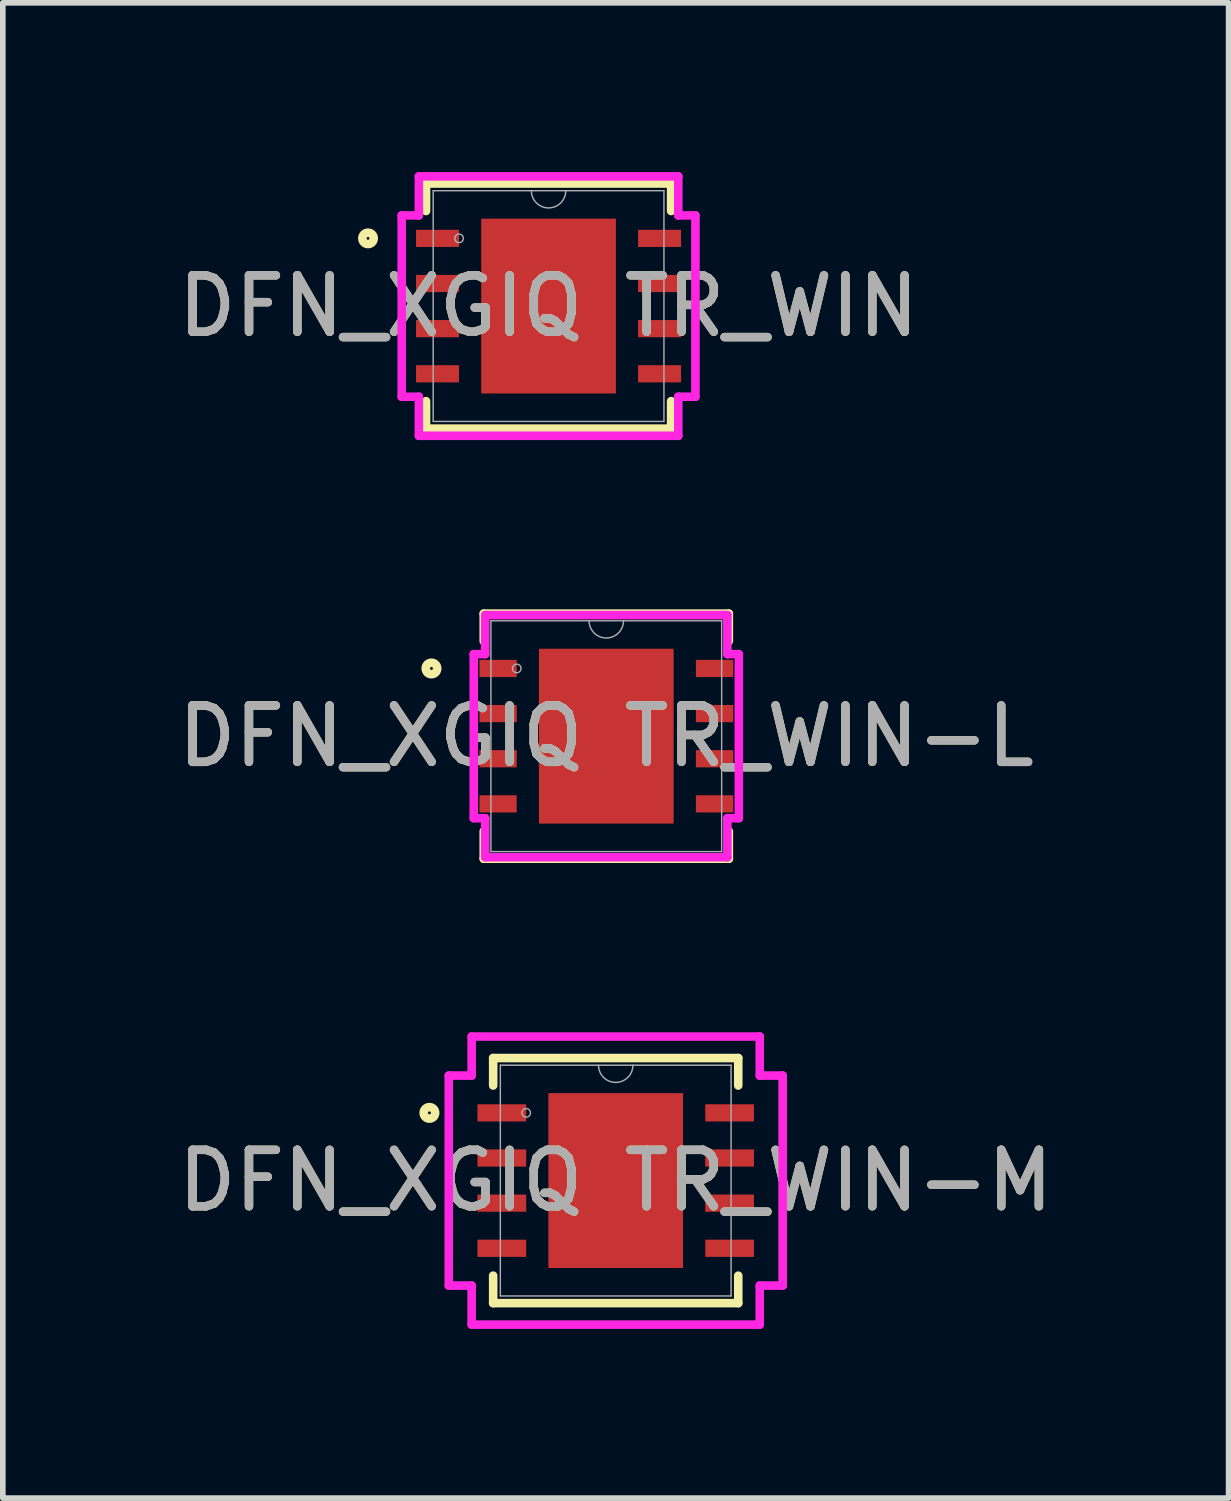
<source format=kicad_pcb>
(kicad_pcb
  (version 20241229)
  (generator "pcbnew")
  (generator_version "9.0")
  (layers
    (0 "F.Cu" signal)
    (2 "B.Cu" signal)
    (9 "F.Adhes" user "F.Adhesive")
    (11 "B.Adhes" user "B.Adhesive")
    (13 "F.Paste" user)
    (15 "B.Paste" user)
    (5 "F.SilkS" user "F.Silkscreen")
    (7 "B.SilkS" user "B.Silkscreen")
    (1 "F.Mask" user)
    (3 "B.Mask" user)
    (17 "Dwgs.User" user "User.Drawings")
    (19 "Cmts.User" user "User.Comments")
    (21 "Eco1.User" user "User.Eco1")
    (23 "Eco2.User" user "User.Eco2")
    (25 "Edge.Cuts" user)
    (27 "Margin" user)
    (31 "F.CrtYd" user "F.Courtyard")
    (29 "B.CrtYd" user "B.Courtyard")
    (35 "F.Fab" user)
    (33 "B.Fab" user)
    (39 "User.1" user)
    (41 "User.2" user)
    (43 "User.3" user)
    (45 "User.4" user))
  (footprint "DFN_XGIQ TR_WIN"
    (layer "F.Cu")
    (at 6.673 2.375)
    (property "Reference" "DFN_XGIQ TR_WIN" (at 0 0 0) (unlocked yes) (layer "F.SilkS") (effects (font (size 1 1) (thickness 0.15))))
    (attr smd)
    (fp_line (start -2.172 -2.172) (end -2.172 -1.685) (stroke (width 0.152) (type solid)) (layer "F.SilkS"))
    (fp_line (start -2.172 1.685) (end -2.172 2.172) (stroke (width 0.152) (type solid)) (layer "F.SilkS"))
    (fp_line (start -2.172 2.172) (end 2.172 2.172) (stroke (width 0.152) (type solid)) (layer "F.SilkS"))
    (fp_line (start 2.172 -2.172) (end -2.172 -2.172) (stroke (width 0.152) (type solid)) (layer "F.SilkS"))
    (fp_line (start 2.172 -1.685) (end 2.172 -2.172) (stroke (width 0.152) (type solid)) (layer "F.SilkS"))
    (fp_line (start 2.172 2.172) (end 2.172 1.685) (stroke (width 0.152) (type solid)) (layer "F.SilkS"))
    (fp_circle (center -3.2 -1.2) (end -3.099 -1.2) (stroke (width 0.152) (type solid)) (fill no) (layer "F.SilkS"))
    (fp_poly (pts (xy -1.094 -1.449) (xy -1.094 -0.1) (xy 1.094 -0.1) (xy 1.094 -1.449)) (stroke (width 0) (type solid)) (fill yes) (layer "F.Paste"))
    (fp_poly (pts (xy -1.094 0.1) (xy -1.094 1.449) (xy 1.094 1.449) (xy 1.094 0.1)) (stroke (width 0) (type solid)) (fill yes) (layer "F.Paste"))
    (fp_line (start -2.603 -1.607) (end -2.299 -1.607) (stroke (width 0.152) (type solid)) (layer "F.CrtYd"))
    (fp_line (start -2.603 1.607) (end -2.603 -1.607) (stroke (width 0.152) (type solid)) (layer "F.CrtYd"))
    (fp_line (start -2.603 1.607) (end -2.299 1.607) (stroke (width 0.152) (type solid)) (layer "F.CrtYd"))
    (fp_line (start -2.299 -2.299) (end 2.299 -2.299) (stroke (width 0.152) (type solid)) (layer "F.CrtYd"))
    (fp_line (start -2.299 -1.607) (end -2.299 -2.299) (stroke (width 0.152) (type solid)) (layer "F.CrtYd"))
    (fp_line (start -2.299 2.299) (end -2.299 1.607) (stroke (width 0.152) (type solid)) (layer "F.CrtYd"))
    (fp_line (start 2.299 -2.299) (end 2.299 -1.607) (stroke (width 0.152) (type solid)) (layer "F.CrtYd"))
    (fp_line (start 2.299 1.607) (end 2.299 2.299) (stroke (width 0.152) (type solid)) (layer "F.CrtYd"))
    (fp_line (start 2.299 2.299) (end -2.299 2.299) (stroke (width 0.152) (type solid)) (layer "F.CrtYd"))
    (fp_line (start 2.603 -1.607) (end 2.299 -1.607) (stroke (width 0.152) (type solid)) (layer "F.CrtYd"))
    (fp_line (start 2.603 -1.607) (end 2.603 1.607) (stroke (width 0.152) (type solid)) (layer "F.CrtYd"))
    (fp_line (start 2.603 1.607) (end 2.299 1.607) (stroke (width 0.152) (type solid)) (layer "F.CrtYd"))
    (fp_line (start -2.045 -2.045) (end -2.045 2.045) (stroke (width 0.025) (type solid)) (layer "F.Fab"))
    (fp_line (start -2.045 2.045) (end 2.045 2.045) (stroke (width 0.025) (type solid)) (layer "F.Fab"))
    (fp_line (start 2.045 -2.045) (end -2.045 -2.045) (stroke (width 0.025) (type solid)) (layer "F.Fab"))
    (fp_line (start 2.045 2.045) (end 2.045 -2.045) (stroke (width 0.025) (type solid)) (layer "F.Fab"))
    (fp_arc (start 0.3048 -2.0447) (mid 0 -1.7399) (end -0.3048 -2.0447) (stroke (width 0.0254) (type solid)) (layer "F.Fab"))
    (fp_circle (center -1.587 -1.2) (end -1.511 -1.2) (stroke (width 0.025) (type solid)) (fill no) (layer "F.Fab"))
    (fp_text user "${REFERENCE}" (at 0 0 0) (unlocked yes) (layer "F.Fab") (effects (font (size 1 1) (thickness 0.15))))
    (pad "1" smd rect (at -1.968 -1.2) (size 0.762 0.305) (layers "F.Cu" "F.Mask" "F.Paste"))
    (pad "2" smd rect (at -1.968 -0.4) (size 0.762 0.305) (layers "F.Cu" "F.Mask" "F.Paste"))
    (pad "3" smd rect (at -1.968 0.4) (size 0.762 0.305) (layers "F.Cu" "F.Mask" "F.Paste"))
    (pad "4" smd rect (at -1.968 1.2) (size 0.762 0.305) (layers "F.Cu" "F.Mask" "F.Paste"))
    (pad "4" smd rect (at 0 0) (size 2.388 3.099) (layers "F.Cu" "F.Mask" "F.Paste"))
    (pad "5" smd rect (at 1.968 1.2) (size 0.762 0.305) (layers "F.Cu" "F.Mask" "F.Paste"))
    (pad "6" smd rect (at 1.968 0.4) (size 0.762 0.305) (layers "F.Cu" "F.Mask" "F.Paste"))
    (pad "7" smd rect (at 1.968 -0.4) (size 0.762 0.305) (layers "F.Cu" "F.Mask" "F.Paste"))
    (pad "8" smd rect (at 1.968 -1.2) (size 0.762 0.305) (layers "F.Cu" "F.Mask" "F.Paste")))
  (footprint "DFN_XGIQ TR_WIN-M"
    (layer "F.Cu")
    (at 7.863 17.875)
    (property "Reference" "DFN_XGIQ TR_WIN-M" (at 0 0 0) (unlocked yes) (layer "F.SilkS") (effects (font (size 1 1) (thickness 0.15))))
    (attr smd)
    (fp_line (start -2.172 -2.172) (end -2.172 -1.685) (stroke (width 0.152) (type solid)) (layer "F.SilkS"))
    (fp_line (start -2.172 1.685) (end -2.172 2.172) (stroke (width 0.152) (type solid)) (layer "F.SilkS"))
    (fp_line (start -2.172 2.172) (end 2.172 2.172) (stroke (width 0.152) (type solid)) (layer "F.SilkS"))
    (fp_line (start 2.172 -2.172) (end -2.172 -2.172) (stroke (width 0.152) (type solid)) (layer "F.SilkS"))
    (fp_line (start 2.172 -1.685) (end 2.172 -2.172) (stroke (width 0.152) (type solid)) (layer "F.SilkS"))
    (fp_line (start 2.172 2.172) (end 2.172 1.685) (stroke (width 0.152) (type solid)) (layer "F.SilkS"))
    (fp_circle (center -3.302 -1.2) (end -3.2 -1.2) (stroke (width 0.152) (type solid)) (fill no) (layer "F.SilkS"))
    (fp_poly (pts (xy -1.094 -1.449) (xy -1.094 -0.1) (xy 1.094 -0.1) (xy 1.094 -1.449)) (stroke (width 0) (type solid)) (fill yes) (layer "F.Paste"))
    (fp_poly (pts (xy -1.094 0.1) (xy -1.094 1.449) (xy 1.094 1.449) (xy 1.094 0.1)) (stroke (width 0) (type solid)) (fill yes) (layer "F.Paste"))
    (fp_line (start -2.959 -1.861) (end -2.553 -1.861) (stroke (width 0.152) (type solid)) (layer "F.CrtYd"))
    (fp_line (start -2.959 1.861) (end -2.959 -1.861) (stroke (width 0.152) (type solid)) (layer "F.CrtYd"))
    (fp_line (start -2.959 1.861) (end -2.553 1.861) (stroke (width 0.152) (type solid)) (layer "F.CrtYd"))
    (fp_line (start -2.553 -2.553) (end 2.553 -2.553) (stroke (width 0.152) (type solid)) (layer "F.CrtYd"))
    (fp_line (start -2.553 -1.861) (end -2.553 -2.553) (stroke (width 0.152) (type solid)) (layer "F.CrtYd"))
    (fp_line (start -2.553 2.553) (end -2.553 1.861) (stroke (width 0.152) (type solid)) (layer "F.CrtYd"))
    (fp_line (start 2.553 -2.553) (end 2.553 -1.861) (stroke (width 0.152) (type solid)) (layer "F.CrtYd"))
    (fp_line (start 2.553 1.861) (end 2.553 2.553) (stroke (width 0.152) (type solid)) (layer "F.CrtYd"))
    (fp_line (start 2.553 2.553) (end -2.553 2.553) (stroke (width 0.152) (type solid)) (layer "F.CrtYd"))
    (fp_line (start 2.959 -1.861) (end 2.553 -1.861) (stroke (width 0.152) (type solid)) (layer "F.CrtYd"))
    (fp_line (start 2.959 -1.861) (end 2.959 1.861) (stroke (width 0.152) (type solid)) (layer "F.CrtYd"))
    (fp_line (start 2.959 1.861) (end 2.553 1.861) (stroke (width 0.152) (type solid)) (layer "F.CrtYd"))
    (fp_line (start -2.045 -2.045) (end -2.045 2.045) (stroke (width 0.025) (type solid)) (layer "F.Fab"))
    (fp_line (start -2.045 2.045) (end 2.045 2.045) (stroke (width 0.025) (type solid)) (layer "F.Fab"))
    (fp_line (start 2.045 -2.045) (end -2.045 -2.045) (stroke (width 0.025) (type solid)) (layer "F.Fab"))
    (fp_line (start 2.045 2.045) (end 2.045 -2.045) (stroke (width 0.025) (type solid)) (layer "F.Fab"))
    (fp_arc (start 0.3048 -2.0447) (mid 0 -1.7399) (end -0.3048 -2.0447) (stroke (width 0.0254) (type solid)) (layer "F.Fab"))
    (fp_circle (center -1.587 -1.2) (end -1.511 -1.2) (stroke (width 0.025) (type solid)) (fill no) (layer "F.Fab"))
    (fp_text user "${REFERENCE}" (at 0 0 0) (unlocked yes) (layer "F.Fab") (effects (font (size 1 1) (thickness 0.15))))
    (pad "1" smd rect (at -2.019 -1.2) (size 0.864 0.305) (layers "F.Cu" "F.Mask" "F.Paste"))
    (pad "2" smd rect (at -2.019 -0.4) (size 0.864 0.305) (layers "F.Cu" "F.Mask" "F.Paste"))
    (pad "3" smd rect (at -2.019 0.4) (size 0.864 0.305) (layers "F.Cu" "F.Mask" "F.Paste"))
    (pad "4" smd rect (at -2.019 1.2) (size 0.864 0.305) (layers "F.Cu" "F.Mask" "F.Paste"))
    (pad "4" smd rect (at 0 0) (size 2.388 3.099) (layers "F.Cu" "F.Mask" "F.Paste"))
    (pad "5" smd rect (at 2.019 1.2) (size 0.864 0.305) (layers "F.Cu" "F.Mask" "F.Paste"))
    (pad "6" smd rect (at 2.019 0.4) (size 0.864 0.305) (layers "F.Cu" "F.Mask" "F.Paste"))
    (pad "7" smd rect (at 2.019 -0.4) (size 0.864 0.305) (layers "F.Cu" "F.Mask" "F.Paste"))
    (pad "8" smd rect (at 2.019 -1.2) (size 0.864 0.305) (layers "F.Cu" "F.Mask" "F.Paste")))
  (footprint "DFN_XGIQ TR_WIN-L"
    (layer "F.Cu")
    (at 7.696 9.998)
    (property "Reference" "DFN_XGIQ TR_WIN-L" (at 0 0 0) (unlocked yes) (layer "F.SilkS") (effects (font (size 1 1) (thickness 0.15))))
    (attr smd)
    (fp_line (start -2.172 -2.172) (end -2.172 -1.685) (stroke (width 0.152) (type solid)) (layer "F.SilkS"))
    (fp_line (start -2.172 1.685) (end -2.172 2.172) (stroke (width 0.152) (type solid)) (layer "F.SilkS"))
    (fp_line (start -2.172 2.172) (end 2.172 2.172) (stroke (width 0.152) (type solid)) (layer "F.SilkS"))
    (fp_line (start 2.172 -2.172) (end -2.172 -2.172) (stroke (width 0.152) (type solid)) (layer "F.SilkS"))
    (fp_line (start 2.172 -1.685) (end 2.172 -2.172) (stroke (width 0.152) (type solid)) (layer "F.SilkS"))
    (fp_line (start 2.172 2.172) (end 2.172 1.685) (stroke (width 0.152) (type solid)) (layer "F.SilkS"))
    (fp_circle (center -3.099 -1.2) (end -2.997 -1.2) (stroke (width 0.152) (type solid)) (fill no) (layer "F.SilkS"))
    (fp_poly (pts (xy -1.094 -1.449) (xy -1.094 -0.1) (xy 1.094 -0.1) (xy 1.094 -1.449)) (stroke (width 0) (type solid)) (fill yes) (layer "F.Paste"))
    (fp_poly (pts (xy -1.094 0.1) (xy -1.094 1.449) (xy 1.094 1.449) (xy 1.094 0.1)) (stroke (width 0) (type solid)) (fill yes) (layer "F.Paste"))
    (fp_line (start -2.349 -1.454) (end -2.146 -1.454) (stroke (width 0.152) (type solid)) (layer "F.CrtYd"))
    (fp_line (start -2.349 1.454) (end -2.349 -1.454) (stroke (width 0.152) (type solid)) (layer "F.CrtYd"))
    (fp_line (start -2.349 1.454) (end -2.146 1.454) (stroke (width 0.152) (type solid)) (layer "F.CrtYd"))
    (fp_line (start -2.146 -2.146) (end 2.146 -2.146) (stroke (width 0.152) (type solid)) (layer "F.CrtYd"))
    (fp_line (start -2.146 -1.454) (end -2.146 -2.146) (stroke (width 0.152) (type solid)) (layer "F.CrtYd"))
    (fp_line (start -2.146 2.146) (end -2.146 1.454) (stroke (width 0.152) (type solid)) (layer "F.CrtYd"))
    (fp_line (start 2.146 -2.146) (end 2.146 -1.454) (stroke (width 0.152) (type solid)) (layer "F.CrtYd"))
    (fp_line (start 2.146 1.454) (end 2.146 2.146) (stroke (width 0.152) (type solid)) (layer "F.CrtYd"))
    (fp_line (start 2.146 2.146) (end -2.146 2.146) (stroke (width 0.152) (type solid)) (layer "F.CrtYd"))
    (fp_line (start 2.349 -1.454) (end 2.146 -1.454) (stroke (width 0.152) (type solid)) (layer "F.CrtYd"))
    (fp_line (start 2.349 -1.454) (end 2.349 1.454) (stroke (width 0.152) (type solid)) (layer "F.CrtYd"))
    (fp_line (start 2.349 1.454) (end 2.146 1.454) (stroke (width 0.152) (type solid)) (layer "F.CrtYd"))
    (fp_line (start -2.045 -2.045) (end -2.045 2.045) (stroke (width 0.025) (type solid)) (layer "F.Fab"))
    (fp_line (start -2.045 2.045) (end 2.045 2.045) (stroke (width 0.025) (type solid)) (layer "F.Fab"))
    (fp_line (start 2.045 -2.045) (end -2.045 -2.045) (stroke (width 0.025) (type solid)) (layer "F.Fab"))
    (fp_line (start 2.045 2.045) (end 2.045 -2.045) (stroke (width 0.025) (type solid)) (layer "F.Fab"))
    (fp_arc (start 0.3048 -2.0447) (mid 0 -1.7399) (end -0.3048 -2.0447) (stroke (width 0.0254) (type solid)) (layer "F.Fab"))
    (fp_circle (center -1.587 -1.2) (end -1.511 -1.2) (stroke (width 0.025) (type solid)) (fill no) (layer "F.Fab"))
    (fp_text user "${REFERENCE}" (at 0 0 0) (unlocked yes) (layer "F.Fab") (effects (font (size 1 1) (thickness 0.15))))
    (pad "1" smd rect (at -1.918 -1.2) (size 0.66 0.305) (layers "F.Cu" "F.Mask" "F.Paste"))
    (pad "2" smd rect (at -1.918 -0.4) (size 0.66 0.305) (layers "F.Cu" "F.Mask" "F.Paste"))
    (pad "3" smd rect (at -1.918 0.4) (size 0.66 0.305) (layers "F.Cu" "F.Mask" "F.Paste"))
    (pad "4" smd rect (at -1.918 1.2) (size 0.66 0.305) (layers "F.Cu" "F.Mask" "F.Paste"))
    (pad "4" smd rect (at 0 0) (size 2.388 3.099) (layers "F.Cu" "F.Mask" "F.Paste"))
    (pad "5" smd rect (at 1.918 1.2) (size 0.66 0.305) (layers "F.Cu" "F.Mask" "F.Paste"))
    (pad "6" smd rect (at 1.918 0.4) (size 0.66 0.305) (layers "F.Cu" "F.Mask" "F.Paste"))
    (pad "7" smd rect (at 1.918 -0.4) (size 0.66 0.305) (layers "F.Cu" "F.Mask" "F.Paste"))
    (pad "8" smd rect (at 1.918 -1.2) (size 0.66 0.305) (layers "F.Cu" "F.Mask" "F.Paste")))
  (gr_rect
    (start -3 -3)
    (end 18.726 23.503)
    (stroke (width 0.1) (type default))
    (fill no)
    (layer "Edge.Cuts")))
</source>
